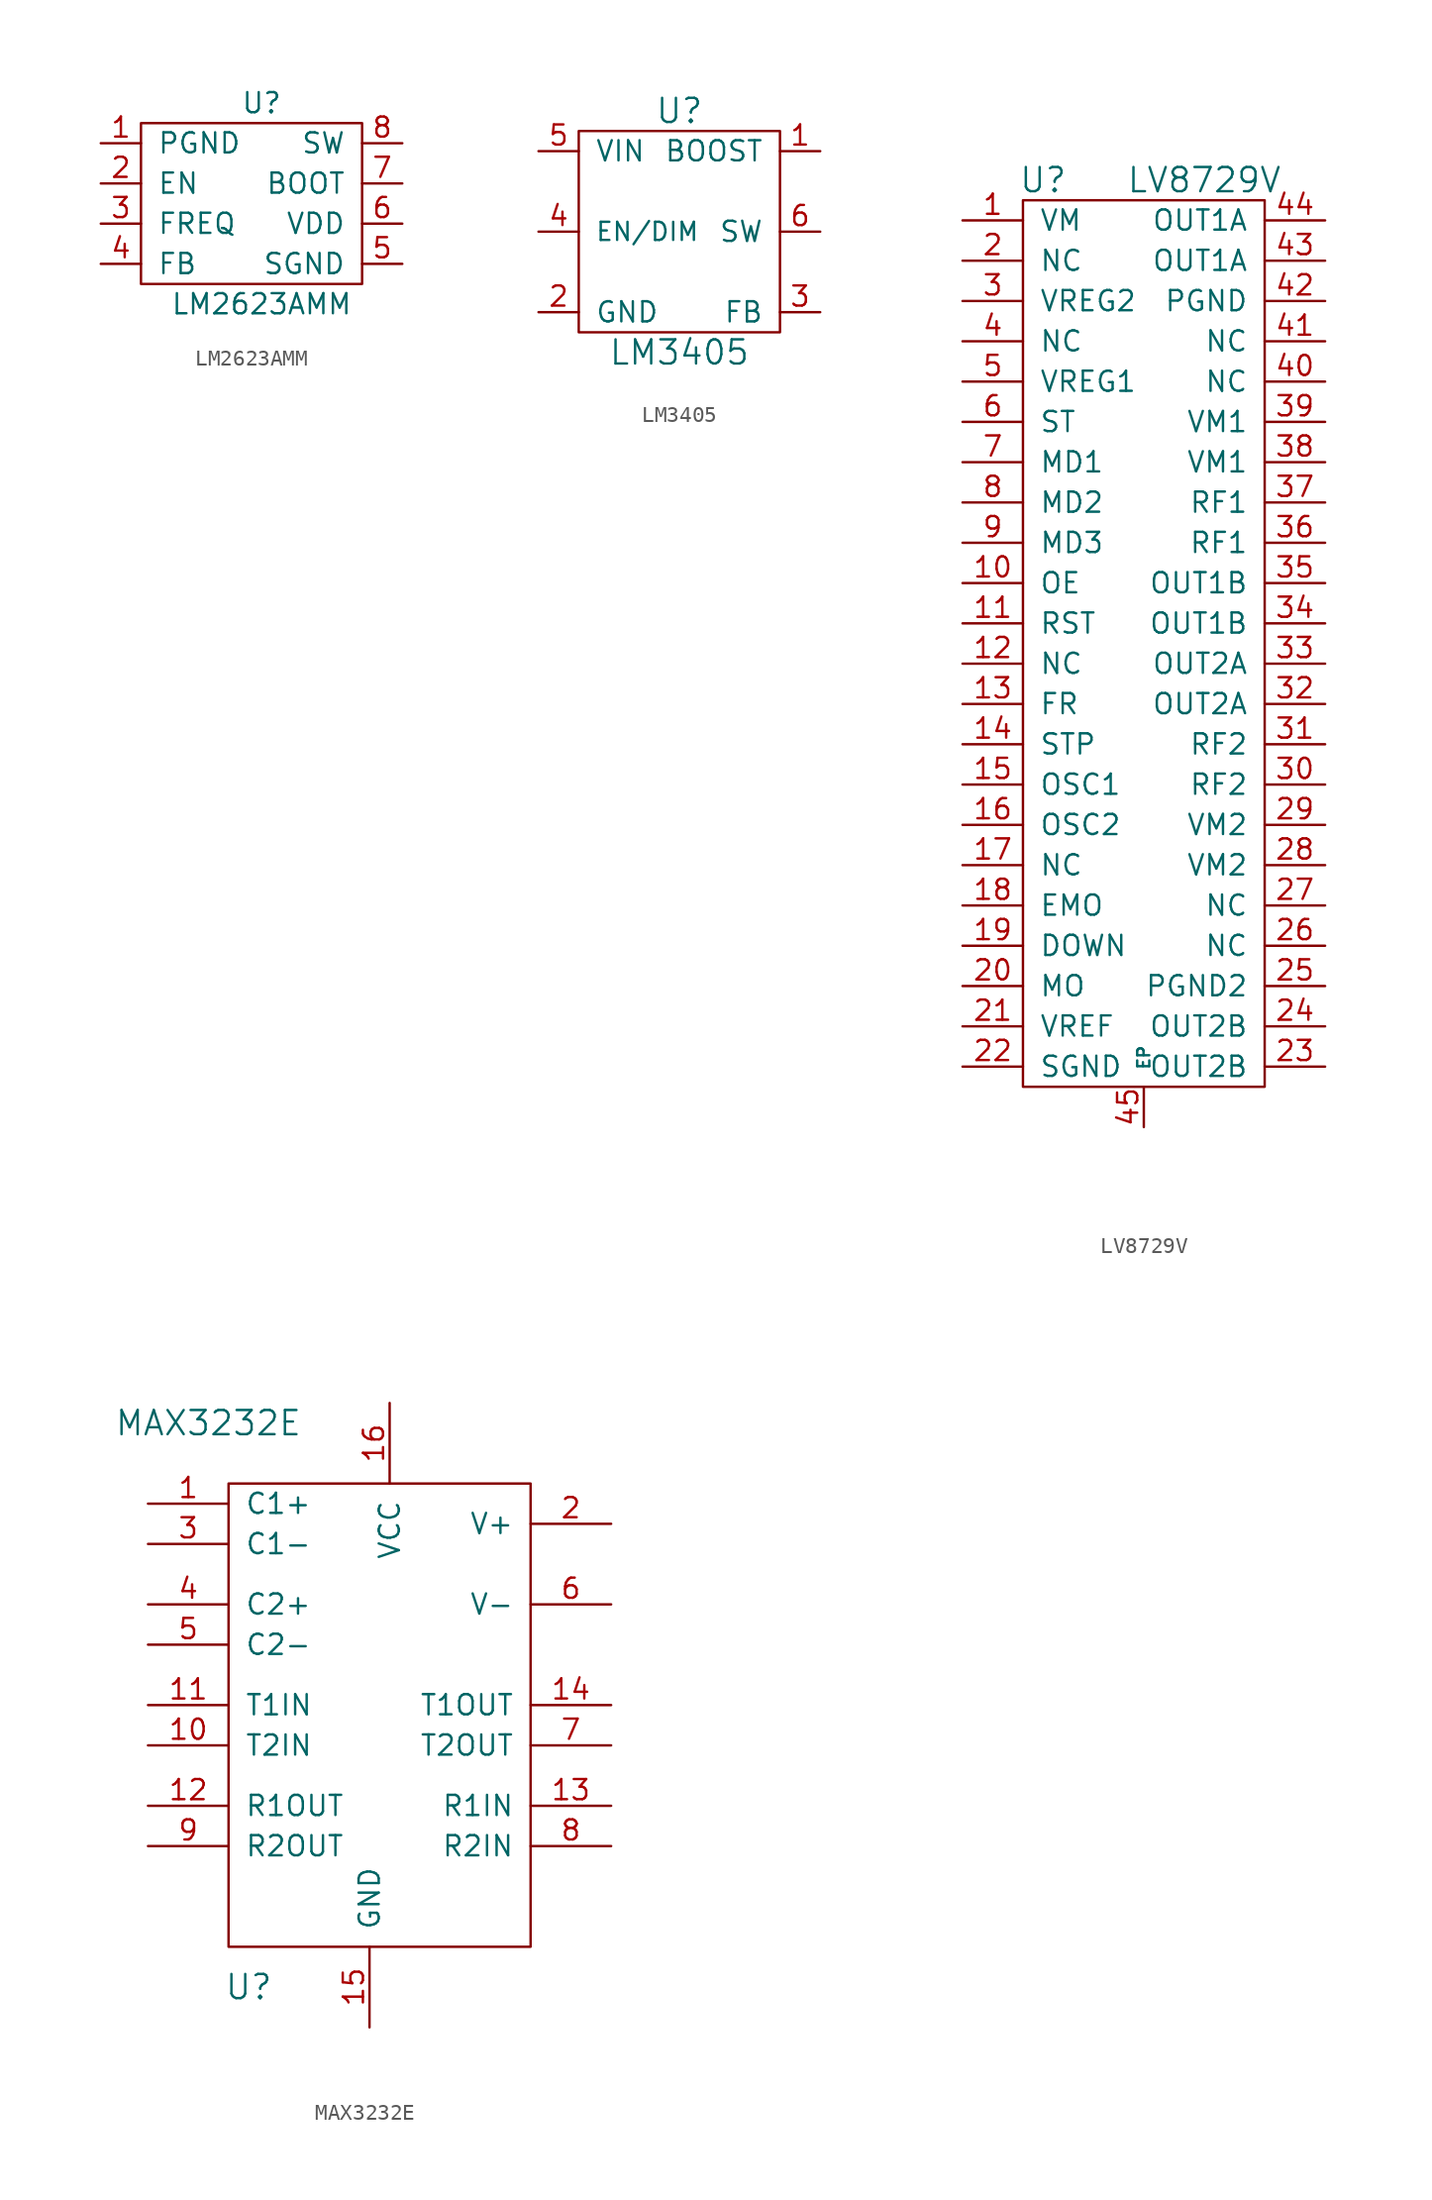
<source format=kicad_sym>
(kicad_symbol_lib
  (version 20220914)
  (generator kicad_symbol_editor)
  (symbol "LM2623AMM"
    (pin_names
      (offset 1.016))
    (property "Reference" "U"
      (at 7.62 1.27 0)
      (effects (font (size 1.27 1.27))))
    (property "Value" "LM2623AMM"
      (at 7.62 -11.43 0)
      (effects (font (size 1.27 1.27))))
    (symbol "LM2623AMM_0_1"
      (rectangle (start 0 0) (end 13.97 -10.16) (stroke (width 0) (type default)) (fill (type none))))
    (symbol "LM2623AMM_1_1"
      (pin power_in line (at -2.54 -1.27 0) (length 2.54) (name "PGND" (effects (font (size 1.27 1.27)))) (number "1" (effects (font (size 1.27 1.27)))))
      (pin input line (at -2.54 -3.81 0) (length 2.54) (name "EN" (effects (font (size 1.27 1.27)))) (number "2" (effects (font (size 1.27 1.27)))))
      (pin passive line (at -2.54 -6.35 0) (length 2.54) (name "FREQ" (effects (font (size 1.27 1.27)))) (number "3" (effects (font (size 1.27 1.27)))))
      (pin input line (at -2.54 -8.89 0) (length 2.54) (name "FB" (effects (font (size 1.27 1.27)))) (number "4" (effects (font (size 1.27 1.27)))))
      (pin power_in line (at 16.51 -8.89 180) (length 2.54) (name "SGND" (effects (font (size 1.27 1.27)))) (number "5" (effects (font (size 1.27 1.27)))))
      (pin power_in line (at 16.51 -6.35 180) (length 2.54) (name "VDD" (effects (font (size 1.27 1.27)))) (number "6" (effects (font (size 1.27 1.27)))))
      (pin power_in line (at 16.51 -3.81 180) (length 2.54) (name "BOOT" (effects (font (size 1.27 1.27)))) (number "7" (effects (font (size 1.27 1.27)))))
      (pin passive line (at 16.51 -1.27 180) (length 2.54) (name "SW" (effects (font (size 1.27 1.27)))) (number "8" (effects (font (size 1.27 1.27)))))))
  (symbol "LM3405"
    (pin_names
      (offset 1.016))
    (property "Reference" "U"
      (at 0 7.62 0)
      (effects (font (size 1.524 1.524))))
    (property "Value" "LM3405"
      (at 0 -7.62 0)
      (effects (font (size 1.524 1.524))))
    (symbol "LM3405_0_1"
      (rectangle (start -6.35 6.35) (end 6.35 -6.35) (stroke (width 0) (type default)) (fill (type none))))
    (symbol "LM3405_1_1"
      (pin passive line (at 8.89 5.08 180) (length 2.54) (name "BOOST" (effects (font (size 1.27 1.27)))) (number "1" (effects (font (size 1.27 1.27)))))
      (pin passive line (at -8.89 -5.08 0) (length 2.54) (name "GND" (effects (font (size 1.27 1.27)))) (number "2" (effects (font (size 1.27 1.27)))))
      (pin passive line (at 8.89 -5.08 180) (length 2.54) (name "FB" (effects (font (size 1.27 1.27)))) (number "3" (effects (font (size 1.27 1.27)))))
      (pin passive line (at -8.89 0 0) (length 2.54) (name "EN/DIM" (effects (font (size 1.143 1.143)))) (number "4" (effects (font (size 1.27 1.27)))))
      (pin passive line (at -8.89 5.08 0) (length 2.54) (name "VIN" (effects (font (size 1.27 1.27)))) (number "5" (effects (font (size 1.27 1.27)))))
      (pin passive line (at 8.89 0 180) (length 2.54) (name "SW" (effects (font (size 1.27 1.27)))) (number "6" (effects (font (size 1.27 1.27)))))))
  (symbol "LV8729V"
    (pin_names
      (offset 1.016))
    (property "Reference" "U"
      (at -6.35 29.21 0)
      (effects (font (size 1.524 1.524))))
    (property "Value" "LV8729V"
      (at 3.81 29.21 0)
      (effects (font (size 1.524 1.524))))
    (property "Footprint" ""
      (at -1.27 5.08 0)
      (effects (font (size 1.524 1.524))))
    (property "Datasheet" ""
      (at -1.27 5.08 0)
      (effects (font (size 1.524 1.524))))
    (symbol "LV8729V_0_1"
      (rectangle (start -7.62 27.94) (end 7.62 -27.94) (stroke (width 0) (type default)) (fill (type none))))
    (symbol "LV8729V_1_1"
      (pin input line (at -11.43 26.67 0) (length 3.81) (name "VM" (effects (font (size 1.27 1.27)))) (number "1" (effects (font (size 1.27 1.27)))))
      (pin input line (at -11.43 3.81 0) (length 3.81) (name "OE" (effects (font (size 1.27 1.27)))) (number "10" (effects (font (size 1.27 1.27)))))
      (pin input line (at -11.43 1.27 0) (length 3.81) (name "RST" (effects (font (size 1.27 1.27)))) (number "11" (effects (font (size 1.27 1.27)))))
      (pin input line (at -11.43 -1.27 0) (length 3.81) (name "NC" (effects (font (size 1.27 1.27)))) (number "12" (effects (font (size 1.27 1.27)))))
      (pin input line (at -11.43 -3.81 0) (length 3.81) (name "FR" (effects (font (size 1.27 1.27)))) (number "13" (effects (font (size 1.27 1.27)))))
      (pin input line (at -11.43 -6.35 0) (length 3.81) (name "STP" (effects (font (size 1.27 1.27)))) (number "14" (effects (font (size 1.27 1.27)))))
      (pin input line (at -11.43 -8.89 0) (length 3.81) (name "OSC1" (effects (font (size 1.27 1.27)))) (number "15" (effects (font (size 1.27 1.27)))))
      (pin input line (at -11.43 -11.43 0) (length 3.81) (name "OSC2" (effects (font (size 1.27 1.27)))) (number "16" (effects (font (size 1.27 1.27)))))
      (pin input line (at -11.43 -13.97 0) (length 3.81) (name "NC" (effects (font (size 1.27 1.27)))) (number "17" (effects (font (size 1.27 1.27)))))
      (pin input line (at -11.43 -16.51 0) (length 3.81) (name "EMO" (effects (font (size 1.27 1.27)))) (number "18" (effects (font (size 1.27 1.27)))))
      (pin input line (at -11.43 -19.05 0) (length 3.81) (name "DOWN" (effects (font (size 1.27 1.27)))) (number "19" (effects (font (size 1.27 1.27)))))
      (pin input line (at -11.43 24.13 0) (length 3.81) (name "NC" (effects (font (size 1.27 1.27)))) (number "2" (effects (font (size 1.27 1.27)))))
      (pin input line (at -11.43 -21.59 0) (length 3.81) (name "MO" (effects (font (size 1.27 1.27)))) (number "20" (effects (font (size 1.27 1.27)))))
      (pin input line (at -11.43 -24.13 0) (length 3.81) (name "VREF" (effects (font (size 1.27 1.27)))) (number "21" (effects (font (size 1.27 1.27)))))
      (pin input line (at -11.43 -26.67 0) (length 3.81) (name "SGND" (effects (font (size 1.27 1.27)))) (number "22" (effects (font (size 1.27 1.27)))))
      (pin input line (at 11.43 -26.67 180) (length 3.81) (name "OUT2B" (effects (font (size 1.27 1.27)))) (number "23" (effects (font (size 1.27 1.27)))))
      (pin input line (at 11.43 -24.13 180) (length 3.81) (name "OUT2B" (effects (font (size 1.27 1.27)))) (number "24" (effects (font (size 1.27 1.27)))))
      (pin input line (at 11.43 -21.59 180) (length 3.81) (name "PGND2" (effects (font (size 1.27 1.27)))) (number "25" (effects (font (size 1.27 1.27)))))
      (pin input line (at 11.43 -19.05 180) (length 3.81) (name "NC" (effects (font (size 1.27 1.27)))) (number "26" (effects (font (size 1.27 1.27)))))
      (pin input line (at 11.43 -16.51 180) (length 3.81) (name "NC" (effects (font (size 1.27 1.27)))) (number "27" (effects (font (size 1.27 1.27)))))
      (pin input line (at 11.43 -13.97 180) (length 3.81) (name "VM2" (effects (font (size 1.27 1.27)))) (number "28" (effects (font (size 1.27 1.27)))))
      (pin input line (at 11.43 -11.43 180) (length 3.81) (name "VM2" (effects (font (size 1.27 1.27)))) (number "29" (effects (font (size 1.27 1.27)))))
      (pin input line (at -11.43 21.59 0) (length 3.81) (name "VREG2" (effects (font (size 1.27 1.27)))) (number "3" (effects (font (size 1.27 1.27)))))
      (pin input line (at 11.43 -8.89 180) (length 3.81) (name "RF2" (effects (font (size 1.27 1.27)))) (number "30" (effects (font (size 1.27 1.27)))))
      (pin input line (at 11.43 -6.35 180) (length 3.81) (name "RF2" (effects (font (size 1.27 1.27)))) (number "31" (effects (font (size 1.27 1.27)))))
      (pin input line (at 11.43 -3.81 180) (length 3.81) (name "OUT2A" (effects (font (size 1.27 1.27)))) (number "32" (effects (font (size 1.27 1.27)))))
      (pin input line (at 11.43 -1.27 180) (length 3.81) (name "OUT2A" (effects (font (size 1.27 1.27)))) (number "33" (effects (font (size 1.27 1.27)))))
      (pin input line (at 11.43 1.27 180) (length 3.81) (name "OUT1B" (effects (font (size 1.27 1.27)))) (number "34" (effects (font (size 1.27 1.27)))))
      (pin input line (at 11.43 3.81 180) (length 3.81) (name "OUT1B" (effects (font (size 1.27 1.27)))) (number "35" (effects (font (size 1.27 1.27)))))
      (pin input line (at 11.43 6.35 180) (length 3.81) (name "RF1" (effects (font (size 1.27 1.27)))) (number "36" (effects (font (size 1.27 1.27)))))
      (pin input line (at 11.43 8.89 180) (length 3.81) (name "RF1" (effects (font (size 1.27 1.27)))) (number "37" (effects (font (size 1.27 1.27)))))
      (pin input line (at 11.43 11.43 180) (length 3.81) (name "VM1" (effects (font (size 1.27 1.27)))) (number "38" (effects (font (size 1.27 1.27)))))
      (pin input line (at 11.43 13.97 180) (length 3.81) (name "VM1" (effects (font (size 1.27 1.27)))) (number "39" (effects (font (size 1.27 1.27)))))
      (pin input line (at -11.43 19.05 0) (length 3.81) (name "NC" (effects (font (size 1.27 1.27)))) (number "4" (effects (font (size 1.27 1.27)))))
      (pin input line (at 11.43 16.51 180) (length 3.81) (name "NC" (effects (font (size 1.27 1.27)))) (number "40" (effects (font (size 1.27 1.27)))))
      (pin input line (at 11.43 19.05 180) (length 3.81) (name "NC" (effects (font (size 1.27 1.27)))) (number "41" (effects (font (size 1.27 1.27)))))
      (pin input line (at 11.43 21.59 180) (length 3.81) (name "PGND" (effects (font (size 1.27 1.27)))) (number "42" (effects (font (size 1.27 1.27)))))
      (pin input line (at 11.43 24.13 180) (length 3.81) (name "OUT1A" (effects (font (size 1.27 1.27)))) (number "43" (effects (font (size 1.27 1.27)))))
      (pin input line (at 11.43 26.67 180) (length 3.81) (name "OUT1A" (effects (font (size 1.27 1.27)))) (number "44" (effects (font (size 1.27 1.27)))))
      (pin input line (at 0 -30.48 90) (length 2.54) (name "EP" (effects (font (size 0.762 0.762)))) (number "45" (effects (font (size 1.27 1.27)))))
      (pin input line (at -11.43 16.51 0) (length 3.81) (name "VREG1" (effects (font (size 1.27 1.27)))) (number "5" (effects (font (size 1.27 1.27)))))
      (pin input line (at -11.43 13.97 0) (length 3.81) (name "ST" (effects (font (size 1.27 1.27)))) (number "6" (effects (font (size 1.27 1.27)))))
      (pin input line (at -11.43 11.43 0) (length 3.81) (name "MD1" (effects (font (size 1.27 1.27)))) (number "7" (effects (font (size 1.27 1.27)))))
      (pin input line (at -11.43 8.89 0) (length 3.81) (name "MD2" (effects (font (size 1.27 1.27)))) (number "8" (effects (font (size 1.27 1.27)))))
      (pin input line (at -11.43 6.35 0) (length 3.81) (name "MD3" (effects (font (size 1.27 1.27)))) (number "9" (effects (font (size 1.27 1.27)))))))
  (symbol "MAX3232E"
    (pin_names
      (offset 1.016))
    (property "Reference" "U"
      (at -6.35 -20.32 0)
      (effects (font (size 1.524 1.524))))
    (property "Value" "MAX3232E"
      (at -8.89 15.24 0)
      (effects (font (size 1.524 1.524))))
    (property "Footprint" ""
      (at -3.81 10.16 0)
      (effects (font (size 1.524 1.524))))
    (property "Datasheet" ""
      (at -3.81 10.16 0)
      (effects (font (size 1.524 1.524))))
    (symbol "MAX3232E_0_1"
      (rectangle (start -7.62 11.43) (end 11.43 -17.78) (stroke (width 0) (type default)) (fill (type none))))
    (symbol "MAX3232E_1_1"
      (pin input line (at -12.7 10.16 0) (length 5.08) (name "C1+" (effects (font (size 1.27 1.27)))) (number "1" (effects (font (size 1.27 1.27)))))
      (pin input line (at -12.7 -5.08 0) (length 5.08) (name "T2IN" (effects (font (size 1.27 1.27)))) (number "10" (effects (font (size 1.27 1.27)))))
      (pin input line (at -12.7 -2.54 0) (length 5.08) (name "T1IN" (effects (font (size 1.27 1.27)))) (number "11" (effects (font (size 1.27 1.27)))))
      (pin input line (at -12.7 -8.89 0) (length 5.08) (name "R1OUT" (effects (font (size 1.27 1.27)))) (number "12" (effects (font (size 1.27 1.27)))))
      (pin input line (at 16.51 -8.89 180) (length 5.08) (name "R1IN" (effects (font (size 1.27 1.27)))) (number "13" (effects (font (size 1.27 1.27)))))
      (pin input line (at 16.51 -2.54 180) (length 5.08) (name "T1OUT" (effects (font (size 1.27 1.27)))) (number "14" (effects (font (size 1.27 1.27)))))
      (pin input line (at 1.27 -22.86 90) (length 5.08) (name "GND" (effects (font (size 1.27 1.27)))) (number "15" (effects (font (size 1.27 1.27)))))
      (pin input line (at 2.54 16.51 270) (length 5.08) (name "VCC" (effects (font (size 1.27 1.27)))) (number "16" (effects (font (size 1.27 1.27)))))
      (pin input line (at 16.51 8.89 180) (length 5.08) (name "V+" (effects (font (size 1.27 1.27)))) (number "2" (effects (font (size 1.27 1.27)))))
      (pin input line (at -12.7 7.62 0) (length 5.08) (name "C1-" (effects (font (size 1.27 1.27)))) (number "3" (effects (font (size 1.27 1.27)))))
      (pin input line (at -12.7 3.81 0) (length 5.08) (name "C2+" (effects (font (size 1.27 1.27)))) (number "4" (effects (font (size 1.27 1.27)))))
      (pin input line (at -12.7 1.27 0) (length 5.08) (name "C2-" (effects (font (size 1.27 1.27)))) (number "5" (effects (font (size 1.27 1.27)))))
      (pin input line (at 16.51 3.81 180) (length 5.08) (name "V-" (effects (font (size 1.27 1.27)))) (number "6" (effects (font (size 1.27 1.27)))))
      (pin input line (at 16.51 -5.08 180) (length 5.08) (name "T2OUT" (effects (font (size 1.27 1.27)))) (number "7" (effects (font (size 1.27 1.27)))))
      (pin input line (at 16.51 -11.43 180) (length 5.08) (name "R2IN" (effects (font (size 1.27 1.27)))) (number "8" (effects (font (size 1.27 1.27)))))
      (pin input line (at -12.7 -11.43 0) (length 5.08) (name "R2OUT" (effects (font (size 1.27 1.27)))) (number "9" (effects (font (size 1.27 1.27))))))))
</source>
